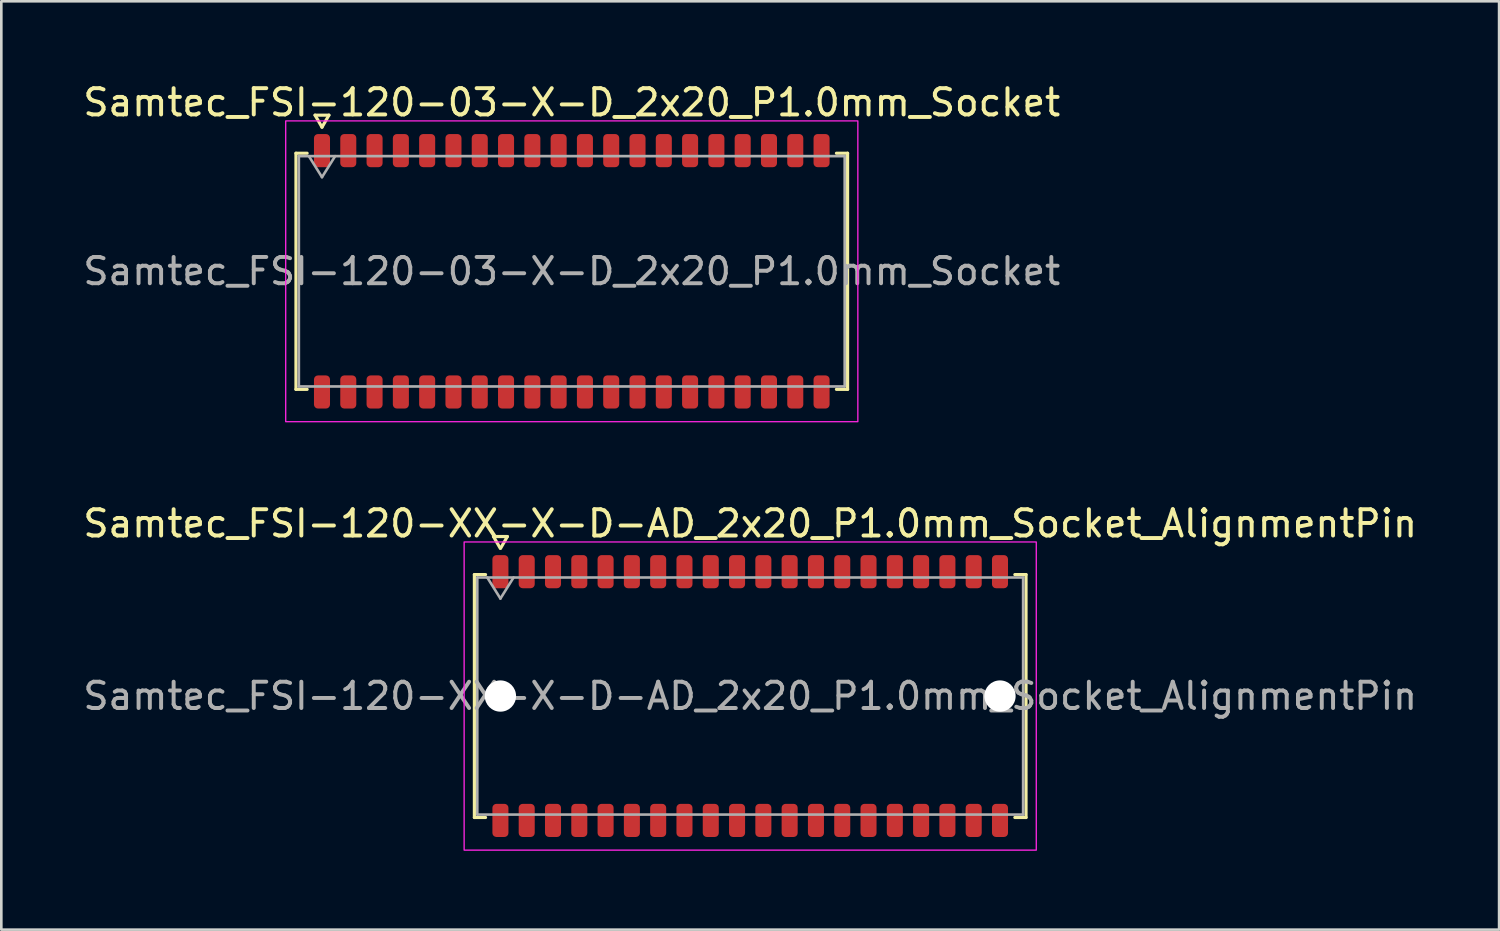
<source format=kicad_pcb>
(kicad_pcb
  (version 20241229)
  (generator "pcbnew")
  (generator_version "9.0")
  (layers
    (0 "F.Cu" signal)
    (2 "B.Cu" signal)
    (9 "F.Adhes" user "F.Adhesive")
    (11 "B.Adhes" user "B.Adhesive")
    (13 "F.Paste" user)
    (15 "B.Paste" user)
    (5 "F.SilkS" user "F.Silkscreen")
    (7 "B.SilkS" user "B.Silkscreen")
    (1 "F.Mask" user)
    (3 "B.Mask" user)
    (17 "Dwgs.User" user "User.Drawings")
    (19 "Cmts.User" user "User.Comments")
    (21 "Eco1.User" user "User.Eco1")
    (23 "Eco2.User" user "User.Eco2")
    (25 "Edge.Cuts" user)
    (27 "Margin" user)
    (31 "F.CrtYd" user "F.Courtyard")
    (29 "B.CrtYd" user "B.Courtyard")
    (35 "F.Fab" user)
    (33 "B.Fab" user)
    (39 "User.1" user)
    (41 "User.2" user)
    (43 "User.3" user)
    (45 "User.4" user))
  (footprint "Samtec_FSI-120-03-X-D_2x20_P1.0mm_Socket"
    (layer "F.Cu")
    (at 18.696 7.268)
    (property "Reference" "Samtec_FSI-120-03-X-D_2x20_P1.0mm_Socket" (at 0 -6.42 0) (layer "F.SilkS") (effects (font (size 1 1) (thickness 0.15))))
    (attr smd)
    (fp_line (start -10.49 -4.49) (end -10.065 -4.49) (stroke (width 0.12) (type solid)) (layer "F.SilkS"))
    (fp_line (start -10.49 4.49) (end -10.49 -4.49) (stroke (width 0.12) (type solid)) (layer "F.SilkS"))
    (fp_line (start -10.065 4.49) (end -10.49 4.49) (stroke (width 0.12) (type solid)) (layer "F.SilkS"))
    (fp_line (start -9.764 -5.938) (end -9.5 -5.48) (stroke (width 0.12) (type solid)) (layer "F.SilkS"))
    (fp_line (start -9.5 -5.48) (end -9.236 -5.938) (stroke (width 0.12) (type solid)) (layer "F.SilkS"))
    (fp_line (start -9.236 -5.938) (end -9.764 -5.938) (stroke (width 0.12) (type solid)) (layer "F.SilkS"))
    (fp_line (start 10.065 -4.49) (end 10.49 -4.49) (stroke (width 0.12) (type solid)) (layer "F.SilkS"))
    (fp_line (start 10.49 -4.49) (end 10.49 4.49) (stroke (width 0.12) (type solid)) (layer "F.SilkS"))
    (fp_line (start 10.49 4.49) (end 10.065 4.49) (stroke (width 0.12) (type solid)) (layer "F.SilkS"))
    (fp_rect (start -10.88 -5.72) (end 10.88 5.72) (stroke (width 0.05) (type solid)) (fill no) (layer "F.CrtYd"))
    (fp_line (start -10.38 -4.38) (end 10.38 -4.38) (stroke (width 0.1) (type solid)) (layer "F.Fab"))
    (fp_line (start -10.38 4.38) (end -10.38 -4.38) (stroke (width 0.1) (type solid)) (layer "F.Fab"))
    (fp_line (start -10 -4.38) (end -9.5 -3.58) (stroke (width 0.1) (type solid)) (layer "F.Fab"))
    (fp_line (start -9.5 -3.58) (end -9 -4.38) (stroke (width 0.1) (type solid)) (layer "F.Fab"))
    (fp_line (start 10.38 -4.38) (end 10.38 4.38) (stroke (width 0.1) (type solid)) (layer "F.Fab"))
    (fp_line (start 10.38 4.38) (end -10.38 4.38) (stroke (width 0.1) (type solid)) (layer "F.Fab"))
    (fp_text user "${REFERENCE}" (at 0 0 0) (layer "F.Fab") (effects (font (size 1 1) (thickness 0.15))))
    (pad "1" smd roundrect (at -9.5 -4.59) (size 0.61 1.26) (layers "F.Cu" "F.Mask" "F.Paste") (roundrect_rratio 0.25))
    (pad "2" smd roundrect (at -9.5 4.59) (size 0.61 1.26) (layers "F.Cu" "F.Mask" "F.Paste") (roundrect_rratio 0.25))
    (pad "3" smd roundrect (at -8.5 -4.59) (size 0.61 1.26) (layers "F.Cu" "F.Mask" "F.Paste") (roundrect_rratio 0.25))
    (pad "4" smd roundrect (at -8.5 4.59) (size 0.61 1.26) (layers "F.Cu" "F.Mask" "F.Paste") (roundrect_rratio 0.25))
    (pad "5" smd roundrect (at -7.5 -4.59) (size 0.61 1.26) (layers "F.Cu" "F.Mask" "F.Paste") (roundrect_rratio 0.25))
    (pad "6" smd roundrect (at -7.5 4.59) (size 0.61 1.26) (layers "F.Cu" "F.Mask" "F.Paste") (roundrect_rratio 0.25))
    (pad "7" smd roundrect (at -6.5 -4.59) (size 0.61 1.26) (layers "F.Cu" "F.Mask" "F.Paste") (roundrect_rratio 0.25))
    (pad "8" smd roundrect (at -6.5 4.59) (size 0.61 1.26) (layers "F.Cu" "F.Mask" "F.Paste") (roundrect_rratio 0.25))
    (pad "9" smd roundrect (at -5.5 -4.59) (size 0.61 1.26) (layers "F.Cu" "F.Mask" "F.Paste") (roundrect_rratio 0.25))
    (pad "10" smd roundrect (at -5.5 4.59) (size 0.61 1.26) (layers "F.Cu" "F.Mask" "F.Paste") (roundrect_rratio 0.25))
    (pad "11" smd roundrect (at -4.5 -4.59) (size 0.61 1.26) (layers "F.Cu" "F.Mask" "F.Paste") (roundrect_rratio 0.25))
    (pad "12" smd roundrect (at -4.5 4.59) (size 0.61 1.26) (layers "F.Cu" "F.Mask" "F.Paste") (roundrect_rratio 0.25))
    (pad "13" smd roundrect (at -3.5 -4.59) (size 0.61 1.26) (layers "F.Cu" "F.Mask" "F.Paste") (roundrect_rratio 0.25))
    (pad "14" smd roundrect (at -3.5 4.59) (size 0.61 1.26) (layers "F.Cu" "F.Mask" "F.Paste") (roundrect_rratio 0.25))
    (pad "15" smd roundrect (at -2.5 -4.59) (size 0.61 1.26) (layers "F.Cu" "F.Mask" "F.Paste") (roundrect_rratio 0.25))
    (pad "16" smd roundrect (at -2.5 4.59) (size 0.61 1.26) (layers "F.Cu" "F.Mask" "F.Paste") (roundrect_rratio 0.25))
    (pad "17" smd roundrect (at -1.5 -4.59) (size 0.61 1.26) (layers "F.Cu" "F.Mask" "F.Paste") (roundrect_rratio 0.25))
    (pad "18" smd roundrect (at -1.5 4.59) (size 0.61 1.26) (layers "F.Cu" "F.Mask" "F.Paste") (roundrect_rratio 0.25))
    (pad "19" smd roundrect (at -0.5 -4.59) (size 0.61 1.26) (layers "F.Cu" "F.Mask" "F.Paste") (roundrect_rratio 0.25))
    (pad "20" smd roundrect (at -0.5 4.59) (size 0.61 1.26) (layers "F.Cu" "F.Mask" "F.Paste") (roundrect_rratio 0.25))
    (pad "21" smd roundrect (at 0.5 -4.59) (size 0.61 1.26) (layers "F.Cu" "F.Mask" "F.Paste") (roundrect_rratio 0.25))
    (pad "22" smd roundrect (at 0.5 4.59) (size 0.61 1.26) (layers "F.Cu" "F.Mask" "F.Paste") (roundrect_rratio 0.25))
    (pad "23" smd roundrect (at 1.5 -4.59) (size 0.61 1.26) (layers "F.Cu" "F.Mask" "F.Paste") (roundrect_rratio 0.25))
    (pad "24" smd roundrect (at 1.5 4.59) (size 0.61 1.26) (layers "F.Cu" "F.Mask" "F.Paste") (roundrect_rratio 0.25))
    (pad "25" smd roundrect (at 2.5 -4.59) (size 0.61 1.26) (layers "F.Cu" "F.Mask" "F.Paste") (roundrect_rratio 0.25))
    (pad "26" smd roundrect (at 2.5 4.59) (size 0.61 1.26) (layers "F.Cu" "F.Mask" "F.Paste") (roundrect_rratio 0.25))
    (pad "27" smd roundrect (at 3.5 -4.59) (size 0.61 1.26) (layers "F.Cu" "F.Mask" "F.Paste") (roundrect_rratio 0.25))
    (pad "28" smd roundrect (at 3.5 4.59) (size 0.61 1.26) (layers "F.Cu" "F.Mask" "F.Paste") (roundrect_rratio 0.25))
    (pad "29" smd roundrect (at 4.5 -4.59) (size 0.61 1.26) (layers "F.Cu" "F.Mask" "F.Paste") (roundrect_rratio 0.25))
    (pad "30" smd roundrect (at 4.5 4.59) (size 0.61 1.26) (layers "F.Cu" "F.Mask" "F.Paste") (roundrect_rratio 0.25))
    (pad "31" smd roundrect (at 5.5 -4.59) (size 0.61 1.26) (layers "F.Cu" "F.Mask" "F.Paste") (roundrect_rratio 0.25))
    (pad "32" smd roundrect (at 5.5 4.59) (size 0.61 1.26) (layers "F.Cu" "F.Mask" "F.Paste") (roundrect_rratio 0.25))
    (pad "33" smd roundrect (at 6.5 -4.59) (size 0.61 1.26) (layers "F.Cu" "F.Mask" "F.Paste") (roundrect_rratio 0.25))
    (pad "34" smd roundrect (at 6.5 4.59) (size 0.61 1.26) (layers "F.Cu" "F.Mask" "F.Paste") (roundrect_rratio 0.25))
    (pad "35" smd roundrect (at 7.5 -4.59) (size 0.61 1.26) (layers "F.Cu" "F.Mask" "F.Paste") (roundrect_rratio 0.25))
    (pad "36" smd roundrect (at 7.5 4.59) (size 0.61 1.26) (layers "F.Cu" "F.Mask" "F.Paste") (roundrect_rratio 0.25))
    (pad "37" smd roundrect (at 8.5 -4.59) (size 0.61 1.26) (layers "F.Cu" "F.Mask" "F.Paste") (roundrect_rratio 0.25))
    (pad "38" smd roundrect (at 8.5 4.59) (size 0.61 1.26) (layers "F.Cu" "F.Mask" "F.Paste") (roundrect_rratio 0.25))
    (pad "39" smd roundrect (at 9.5 -4.59) (size 0.61 1.26) (layers "F.Cu" "F.Mask" "F.Paste") (roundrect_rratio 0.25))
    (pad "40" smd roundrect (at 9.5 4.59) (size 0.61 1.26) (layers "F.Cu" "F.Mask" "F.Paste") (roundrect_rratio 0.25)))
  (footprint "Samtec_FSI-120-XX-X-D-AD_2x20_P1.0mm_Socket_AlignmentPin"
    (layer "F.Cu")
    (at 25.482 23.422)
    (property "Reference" "Samtec_FSI-120-XX-X-D-AD_2x20_P1.0mm_Socket_AlignmentPin" (at 0 -6.56 0) (layer "F.SilkS") (effects (font (size 1 1) (thickness 0.15))))
    (attr smd)
    (fp_line (start -10.49 -4.619) (end -10.065 -4.619) (stroke (width 0.12) (type solid)) (layer "F.SilkS"))
    (fp_line (start -10.49 4.619) (end -10.49 -4.619) (stroke (width 0.12) (type solid)) (layer "F.SilkS"))
    (fp_line (start -10.065 4.619) (end -10.49 4.619) (stroke (width 0.12) (type solid)) (layer "F.SilkS"))
    (fp_line (start -9.764 -6.066) (end -9.507 -5.62) (stroke (width 0.12) (type solid)) (layer "F.SilkS"))
    (fp_line (start -9.493 -5.62) (end -9.236 -6.066) (stroke (width 0.12) (type solid)) (layer "F.SilkS"))
    (fp_line (start -9.236 -6.066) (end -9.764 -6.066) (stroke (width 0.12) (type solid)) (layer "F.SilkS"))
    (fp_line (start 10.065 -4.619) (end 10.49 -4.619) (stroke (width 0.12) (type solid)) (layer "F.SilkS"))
    (fp_line (start 10.49 -4.619) (end 10.49 4.619) (stroke (width 0.12) (type solid)) (layer "F.SilkS"))
    (fp_line (start 10.49 4.619) (end 10.065 4.619) (stroke (width 0.12) (type solid)) (layer "F.SilkS"))
    (fp_rect (start -10.88 -5.86) (end 10.88 5.86) (stroke (width 0.05) (type solid)) (fill no) (layer "F.CrtYd"))
    (fp_line (start -10.38 -4.508) (end 10.38 -4.508) (stroke (width 0.1) (type solid)) (layer "F.Fab"))
    (fp_line (start -10.38 4.508) (end -10.38 -4.508) (stroke (width 0.1) (type solid)) (layer "F.Fab"))
    (fp_line (start -10 -4.508) (end -9.5 -3.708) (stroke (width 0.1) (type solid)) (layer "F.Fab"))
    (fp_line (start -9.5 -3.708) (end -9 -4.508) (stroke (width 0.1) (type solid)) (layer "F.Fab"))
    (fp_line (start 10.38 -4.508) (end 10.38 4.508) (stroke (width 0.1) (type solid)) (layer "F.Fab"))
    (fp_line (start 10.38 4.508) (end -10.38 4.508) (stroke (width 0.1) (type solid)) (layer "F.Fab"))
    (fp_text user "${REFERENCE}" (at 0 0 0) (layer "F.Fab") (effects (font (size 1 1) (thickness 0.15))))
    (pad "" np_thru_hole circle (at -9.5 0) (size 1.19 1.19) (drill 1.19) (layers "*.Cu" "*.Mask"))
    (pad "" np_thru_hole circle (at 9.5 0) (size 1.19 1.19) (drill 1.19) (layers "*.Cu" "*.Mask"))
    (pad "1" smd roundrect (at -9.5 -4.73) (size 0.61 1.26) (layers "F.Cu" "F.Mask" "F.Paste") (roundrect_rratio 0.25))
    (pad "2" smd roundrect (at -9.5 4.73) (size 0.61 1.26) (layers "F.Cu" "F.Mask" "F.Paste") (roundrect_rratio 0.25))
    (pad "3" smd roundrect (at -8.5 -4.73) (size 0.61 1.26) (layers "F.Cu" "F.Mask" "F.Paste") (roundrect_rratio 0.25))
    (pad "4" smd roundrect (at -8.5 4.73) (size 0.61 1.26) (layers "F.Cu" "F.Mask" "F.Paste") (roundrect_rratio 0.25))
    (pad "5" smd roundrect (at -7.5 -4.73) (size 0.61 1.26) (layers "F.Cu" "F.Mask" "F.Paste") (roundrect_rratio 0.25))
    (pad "6" smd roundrect (at -7.5 4.73) (size 0.61 1.26) (layers "F.Cu" "F.Mask" "F.Paste") (roundrect_rratio 0.25))
    (pad "7" smd roundrect (at -6.5 -4.73) (size 0.61 1.26) (layers "F.Cu" "F.Mask" "F.Paste") (roundrect_rratio 0.25))
    (pad "8" smd roundrect (at -6.5 4.73) (size 0.61 1.26) (layers "F.Cu" "F.Mask" "F.Paste") (roundrect_rratio 0.25))
    (pad "9" smd roundrect (at -5.5 -4.73) (size 0.61 1.26) (layers "F.Cu" "F.Mask" "F.Paste") (roundrect_rratio 0.25))
    (pad "10" smd roundrect (at -5.5 4.73) (size 0.61 1.26) (layers "F.Cu" "F.Mask" "F.Paste") (roundrect_rratio 0.25))
    (pad "11" smd roundrect (at -4.5 -4.73) (size 0.61 1.26) (layers "F.Cu" "F.Mask" "F.Paste") (roundrect_rratio 0.25))
    (pad "12" smd roundrect (at -4.5 4.73) (size 0.61 1.26) (layers "F.Cu" "F.Mask" "F.Paste") (roundrect_rratio 0.25))
    (pad "13" smd roundrect (at -3.5 -4.73) (size 0.61 1.26) (layers "F.Cu" "F.Mask" "F.Paste") (roundrect_rratio 0.25))
    (pad "14" smd roundrect (at -3.5 4.73) (size 0.61 1.26) (layers "F.Cu" "F.Mask" "F.Paste") (roundrect_rratio 0.25))
    (pad "15" smd roundrect (at -2.5 -4.73) (size 0.61 1.26) (layers "F.Cu" "F.Mask" "F.Paste") (roundrect_rratio 0.25))
    (pad "16" smd roundrect (at -2.5 4.73) (size 0.61 1.26) (layers "F.Cu" "F.Mask" "F.Paste") (roundrect_rratio 0.25))
    (pad "17" smd roundrect (at -1.5 -4.73) (size 0.61 1.26) (layers "F.Cu" "F.Mask" "F.Paste") (roundrect_rratio 0.25))
    (pad "18" smd roundrect (at -1.5 4.73) (size 0.61 1.26) (layers "F.Cu" "F.Mask" "F.Paste") (roundrect_rratio 0.25))
    (pad "19" smd roundrect (at -0.5 -4.73) (size 0.61 1.26) (layers "F.Cu" "F.Mask" "F.Paste") (roundrect_rratio 0.25))
    (pad "20" smd roundrect (at -0.5 4.73) (size 0.61 1.26) (layers "F.Cu" "F.Mask" "F.Paste") (roundrect_rratio 0.25))
    (pad "21" smd roundrect (at 0.5 -4.73) (size 0.61 1.26) (layers "F.Cu" "F.Mask" "F.Paste") (roundrect_rratio 0.25))
    (pad "22" smd roundrect (at 0.5 4.73) (size 0.61 1.26) (layers "F.Cu" "F.Mask" "F.Paste") (roundrect_rratio 0.25))
    (pad "23" smd roundrect (at 1.5 -4.73) (size 0.61 1.26) (layers "F.Cu" "F.Mask" "F.Paste") (roundrect_rratio 0.25))
    (pad "24" smd roundrect (at 1.5 4.73) (size 0.61 1.26) (layers "F.Cu" "F.Mask" "F.Paste") (roundrect_rratio 0.25))
    (pad "25" smd roundrect (at 2.5 -4.73) (size 0.61 1.26) (layers "F.Cu" "F.Mask" "F.Paste") (roundrect_rratio 0.25))
    (pad "26" smd roundrect (at 2.5 4.73) (size 0.61 1.26) (layers "F.Cu" "F.Mask" "F.Paste") (roundrect_rratio 0.25))
    (pad "27" smd roundrect (at 3.5 -4.73) (size 0.61 1.26) (layers "F.Cu" "F.Mask" "F.Paste") (roundrect_rratio 0.25))
    (pad "28" smd roundrect (at 3.5 4.73) (size 0.61 1.26) (layers "F.Cu" "F.Mask" "F.Paste") (roundrect_rratio 0.25))
    (pad "29" smd roundrect (at 4.5 -4.73) (size 0.61 1.26) (layers "F.Cu" "F.Mask" "F.Paste") (roundrect_rratio 0.25))
    (pad "30" smd roundrect (at 4.5 4.73) (size 0.61 1.26) (layers "F.Cu" "F.Mask" "F.Paste") (roundrect_rratio 0.25))
    (pad "31" smd roundrect (at 5.5 -4.73) (size 0.61 1.26) (layers "F.Cu" "F.Mask" "F.Paste") (roundrect_rratio 0.25))
    (pad "32" smd roundrect (at 5.5 4.73) (size 0.61 1.26) (layers "F.Cu" "F.Mask" "F.Paste") (roundrect_rratio 0.25))
    (pad "33" smd roundrect (at 6.5 -4.73) (size 0.61 1.26) (layers "F.Cu" "F.Mask" "F.Paste") (roundrect_rratio 0.25))
    (pad "34" smd roundrect (at 6.5 4.73) (size 0.61 1.26) (layers "F.Cu" "F.Mask" "F.Paste") (roundrect_rratio 0.25))
    (pad "35" smd roundrect (at 7.5 -4.73) (size 0.61 1.26) (layers "F.Cu" "F.Mask" "F.Paste") (roundrect_rratio 0.25))
    (pad "36" smd roundrect (at 7.5 4.73) (size 0.61 1.26) (layers "F.Cu" "F.Mask" "F.Paste") (roundrect_rratio 0.25))
    (pad "37" smd roundrect (at 8.5 -4.73) (size 0.61 1.26) (layers "F.Cu" "F.Mask" "F.Paste") (roundrect_rratio 0.25))
    (pad "38" smd roundrect (at 8.5 4.73) (size 0.61 1.26) (layers "F.Cu" "F.Mask" "F.Paste") (roundrect_rratio 0.25))
    (pad "39" smd roundrect (at 9.5 -4.73) (size 0.61 1.26) (layers "F.Cu" "F.Mask" "F.Paste") (roundrect_rratio 0.25))
    (pad "40" smd roundrect (at 9.5 4.73) (size 0.61 1.26) (layers "F.Cu" "F.Mask" "F.Paste") (roundrect_rratio 0.25)))
  (gr_rect
    (start -3 -3)
    (end 53.964 32.306)
    (stroke (width 0.1) (type default))
    (fill no)
    (layer "Edge.Cuts")))
</source>
